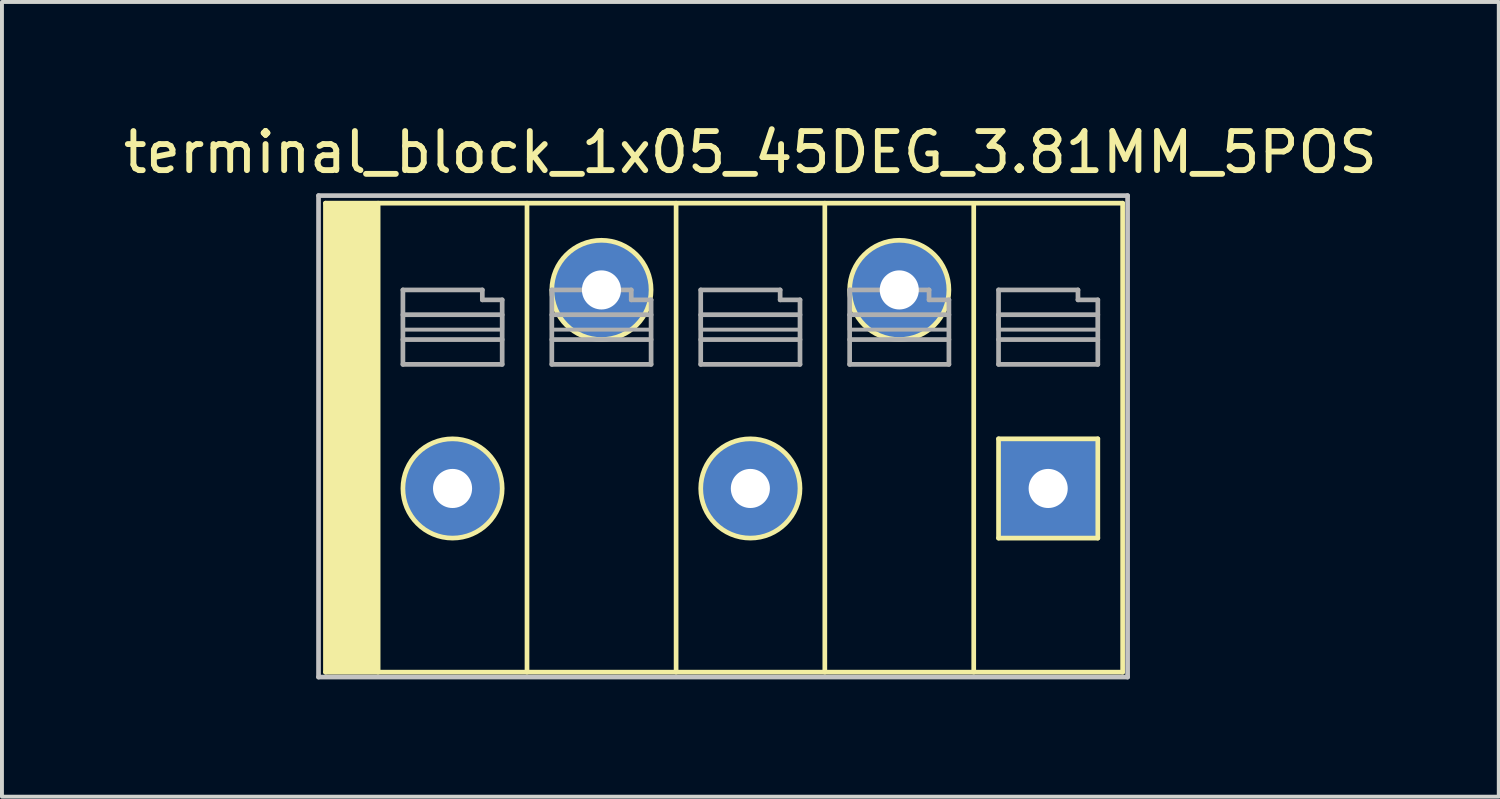
<source format=kicad_pcb>
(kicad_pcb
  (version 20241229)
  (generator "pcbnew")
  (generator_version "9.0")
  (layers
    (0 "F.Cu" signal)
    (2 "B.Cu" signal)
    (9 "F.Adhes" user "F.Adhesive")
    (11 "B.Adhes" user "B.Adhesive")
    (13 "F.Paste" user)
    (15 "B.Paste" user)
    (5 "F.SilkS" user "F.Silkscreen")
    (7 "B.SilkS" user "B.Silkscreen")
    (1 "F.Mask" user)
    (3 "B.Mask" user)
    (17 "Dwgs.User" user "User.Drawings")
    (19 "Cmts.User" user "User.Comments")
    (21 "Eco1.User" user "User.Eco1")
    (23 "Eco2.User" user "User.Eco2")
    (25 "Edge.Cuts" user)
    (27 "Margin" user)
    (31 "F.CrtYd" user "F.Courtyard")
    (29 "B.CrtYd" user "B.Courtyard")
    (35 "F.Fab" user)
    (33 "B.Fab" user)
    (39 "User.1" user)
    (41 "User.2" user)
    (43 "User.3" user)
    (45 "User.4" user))
  (footprint "terminal_block_1x05_45DEG_3.81MM_5POS"
    (layer "F.Cu")
    (at 16.149 9.448)
    (property "Reference" "terminal_block_1x05_45DEG_3.81MM_5POS" (at 0 -8.6 0) (layer "F.SilkS") (effects (font (size 1 1) (thickness 0.15))))
    (attr through_hole)
    (fp_line (start -10.87 -7.3) (end -10.87 4.7) (stroke (width 0.12) (type solid)) (layer "F.SilkS"))
    (fp_line (start -9.525 -7.3) (end -9.525 4.7) (stroke (width 0.12) (type solid)) (layer "F.SilkS"))
    (fp_line (start -5.715 -7.3) (end -5.715 4.7) (stroke (width 0.12) (type solid)) (layer "F.SilkS"))
    (fp_line (start -1.9 -7.3) (end -1.9 4.7) (stroke (width 0.12) (type solid)) (layer "F.SilkS"))
    (fp_line (start 1.905 -7.3) (end 1.905 4.7) (stroke (width 0.12) (type solid)) (layer "F.SilkS"))
    (fp_line (start 5.715 4.7) (end 5.715 -7.29) (stroke (width 0.12) (type solid)) (layer "F.SilkS"))
    (fp_line (start 6.35 -1.27) (end 8.89 -1.27) (stroke (width 0.12) (type solid)) (layer "F.SilkS"))
    (fp_line (start 6.35 1.27) (end 6.35 -1.27) (stroke (width 0.12) (type solid)) (layer "F.SilkS"))
    (fp_line (start 8.89 -1.27) (end 8.89 1.27) (stroke (width 0.12) (type solid)) (layer "F.SilkS"))
    (fp_line (start 8.89 1.27) (end 6.35 1.27) (stroke (width 0.12) (type solid)) (layer "F.SilkS"))
    (fp_line (start 9.525 -7.3) (end -10.87 -7.3) (stroke (width 0.12) (type solid)) (layer "F.SilkS"))
    (fp_line (start 9.525 -7.3) (end 9.525 4.7) (stroke (width 0.12) (type solid)) (layer "F.SilkS"))
    (fp_line (start 9.525 4.7) (end -10.87 4.7) (stroke (width 0.12) (type solid)) (layer "F.SilkS"))
    (fp_circle (center -7.62 0) (end -7.62 1.27) (stroke (width 0.12) (type solid)) (fill no) (layer "F.SilkS"))
    (fp_circle (center -3.81 -5.08) (end -3.81 -3.81) (stroke (width 0.12) (type solid)) (fill no) (layer "F.SilkS"))
    (fp_circle (center 0 0) (end 0 1.27) (stroke (width 0.12) (type solid)) (fill no) (layer "F.SilkS"))
    (fp_circle (center 3.81 -5.08) (end 3.81 -3.81) (stroke (width 0.12) (type solid)) (fill no) (layer "F.SilkS"))
    (fp_poly (pts (xy -9.525 4.7) (xy -10.87 4.7) (xy -10.87 -7.3) (xy -9.525 -7.3)) (stroke (width 0.1) (type solid)) (fill yes) (layer "F.SilkS"))
    (fp_line (start -11.049 -7.493) (end 9.652 -7.493) (stroke (width 0.12) (type solid)) (layer "Dwgs.User"))
    (fp_line (start -11.049 4.826) (end -11.049 -7.493) (stroke (width 0.12) (type solid)) (layer "Dwgs.User"))
    (fp_line (start 9.652 -7.493) (end 9.652 4.826) (stroke (width 0.12) (type solid)) (layer "Dwgs.User"))
    (fp_line (start 9.652 4.826) (end -11.049 4.826) (stroke (width 0.12) (type solid)) (layer "Dwgs.User"))
    (fp_line (start -8.89 -5.08) (end -6.858 -5.08) (stroke (width 0.12) (type solid)) (layer "F.Fab"))
    (fp_line (start -8.89 -4.445) (end -6.35 -4.445) (stroke (width 0.12) (type solid)) (layer "F.Fab"))
    (fp_line (start -8.89 -3.175) (end -8.89 -5.08) (stroke (width 0.12) (type solid)) (layer "F.Fab"))
    (fp_line (start -6.858 -5.08) (end -6.858 -4.826) (stroke (width 0.12) (type solid)) (layer "F.Fab"))
    (fp_line (start -6.858 -4.826) (end -6.35 -4.826) (stroke (width 0.12) (type solid)) (layer "F.Fab"))
    (fp_line (start -6.35 -4.826) (end -6.35 -3.175) (stroke (width 0.12) (type solid)) (layer "F.Fab"))
    (fp_line (start -6.35 -3.81) (end -8.89 -3.81) (stroke (width 0.12) (type solid)) (layer "F.Fab"))
    (fp_line (start -6.35 -3.175) (end -8.89 -3.175) (stroke (width 0.12) (type solid)) (layer "F.Fab"))
    (fp_line (start -5.08 -5.08) (end -3.048 -5.08) (stroke (width 0.12) (type solid)) (layer "F.Fab"))
    (fp_line (start -5.08 -4.445) (end -2.54 -4.445) (stroke (width 0.12) (type solid)) (layer "F.Fab"))
    (fp_line (start -5.08 -3.175) (end -5.08 -5.08) (stroke (width 0.12) (type solid)) (layer "F.Fab"))
    (fp_line (start -3.048 -5.08) (end -3.048 -4.826) (stroke (width 0.12) (type solid)) (layer "F.Fab"))
    (fp_line (start -3.048 -4.826) (end -2.54 -4.826) (stroke (width 0.12) (type solid)) (layer "F.Fab"))
    (fp_line (start -2.54 -4.826) (end -2.54 -3.175) (stroke (width 0.12) (type solid)) (layer "F.Fab"))
    (fp_line (start -2.54 -3.81) (end -5.08 -3.81) (stroke (width 0.12) (type solid)) (layer "F.Fab"))
    (fp_line (start -2.54 -3.175) (end -5.08 -3.175) (stroke (width 0.12) (type solid)) (layer "F.Fab"))
    (fp_line (start -1.27 -5.08) (end 0.762 -5.08) (stroke (width 0.12) (type solid)) (layer "F.Fab"))
    (fp_line (start -1.27 -4.445) (end 1.27 -4.445) (stroke (width 0.12) (type solid)) (layer "F.Fab"))
    (fp_line (start -1.27 -3.175) (end -1.27 -5.08) (stroke (width 0.12) (type solid)) (layer "F.Fab"))
    (fp_line (start 0.762 -5.08) (end 0.762 -4.826) (stroke (width 0.12) (type solid)) (layer "F.Fab"))
    (fp_line (start 0.762 -4.826) (end 1.27 -4.826) (stroke (width 0.12) (type solid)) (layer "F.Fab"))
    (fp_line (start 1.27 -4.826) (end 1.27 -3.175) (stroke (width 0.12) (type solid)) (layer "F.Fab"))
    (fp_line (start 1.27 -3.81) (end -1.27 -3.81) (stroke (width 0.12) (type solid)) (layer "F.Fab"))
    (fp_line (start 1.27 -3.175) (end -1.27 -3.175) (stroke (width 0.12) (type solid)) (layer "F.Fab"))
    (fp_line (start 2.54 -5.08) (end 4.572 -5.08) (stroke (width 0.12) (type solid)) (layer "F.Fab"))
    (fp_line (start 2.54 -4.445) (end 5.08 -4.445) (stroke (width 0.12) (type solid)) (layer "F.Fab"))
    (fp_line (start 2.54 -3.175) (end 2.54 -5.08) (stroke (width 0.12) (type solid)) (layer "F.Fab"))
    (fp_line (start 4.572 -5.08) (end 4.572 -4.826) (stroke (width 0.12) (type solid)) (layer "F.Fab"))
    (fp_line (start 4.572 -4.826) (end 5.08 -4.826) (stroke (width 0.12) (type solid)) (layer "F.Fab"))
    (fp_line (start 5.08 -4.826) (end 5.08 -3.175) (stroke (width 0.12) (type solid)) (layer "F.Fab"))
    (fp_line (start 5.08 -3.81) (end 2.54 -3.81) (stroke (width 0.12) (type solid)) (layer "F.Fab"))
    (fp_line (start 5.08 -3.175) (end 2.54 -3.175) (stroke (width 0.12) (type solid)) (layer "F.Fab"))
    (fp_line (start 6.35 -5.08) (end 8.382 -5.08) (stroke (width 0.12) (type solid)) (layer "F.Fab"))
    (fp_line (start 6.35 -4.445) (end 8.89 -4.445) (stroke (width 0.12) (type solid)) (layer "F.Fab"))
    (fp_line (start 6.35 -3.175) (end 6.35 -5.08) (stroke (width 0.12) (type solid)) (layer "F.Fab"))
    (fp_line (start 8.382 -5.08) (end 8.382 -4.826) (stroke (width 0.12) (type solid)) (layer "F.Fab"))
    (fp_line (start 8.382 -4.826) (end 8.89 -4.826) (stroke (width 0.12) (type solid)) (layer "F.Fab"))
    (fp_line (start 8.89 -4.826) (end 8.89 -3.175) (stroke (width 0.12) (type solid)) (layer "F.Fab"))
    (fp_line (start 8.89 -3.81) (end 6.35 -3.81) (stroke (width 0.12) (type solid)) (layer "F.Fab"))
    (fp_line (start 8.89 -3.175) (end 6.35 -3.175) (stroke (width 0.12) (type solid)) (layer "F.Fab"))
    (fp_poly (pts (xy -6.35 -4.064) (xy -8.89 -4.064) (xy -8.89 -4.445) (xy -6.35 -4.445)) (stroke (width 0.1) (type solid)) (fill no) (layer "F.Fab"))
    (fp_poly (pts (xy -2.54 -4.064) (xy -5.08 -4.064) (xy -5.08 -4.445) (xy -2.54 -4.445)) (stroke (width 0.1) (type solid)) (fill no) (layer "F.Fab"))
    (fp_poly (pts (xy 1.27 -4.064) (xy -1.27 -4.064) (xy -1.27 -4.445) (xy 1.27 -4.445)) (stroke (width 0.1) (type solid)) (fill no) (layer "F.Fab"))
    (fp_poly (pts (xy 5.08 -4.064) (xy 2.54 -4.064) (xy 2.54 -4.445) (xy 5.08 -4.445)) (stroke (width 0.1) (type solid)) (fill no) (layer "F.Fab"))
    (fp_poly (pts (xy 8.89 -4.064) (xy 6.35 -4.064) (xy 6.35 -4.445) (xy 8.89 -4.445)) (stroke (width 0.1) (type solid)) (fill no) (layer "F.Fab"))
    (pad "1" thru_hole rect (at 7.62 0 90) (size 2.54 2.54) (drill 1) (layers "*.Cu" "*.Mask"))
    (pad "2" thru_hole circle (at 3.81 -5.08) (size 2.54 2.54) (drill 1) (layers "*.Cu" "*.Mask"))
    (pad "3" thru_hole circle (at 0 0 90) (size 2.54 2.54) (drill 1) (layers "*.Cu" "*.Mask"))
    (pad "4" thru_hole circle (at -3.81 -5.08 90) (size 2.54 2.54) (drill 1) (layers "*.Cu" "*.Mask"))
    (pad "5" thru_hole circle (at -7.62 0 90) (size 2.54 2.54) (drill 1) (layers "*.Cu" "*.Mask")))
  (gr_rect
    (start -3 -3)
    (end 35.298 17.334)
    (stroke (width 0.1) (type default))
    (fill no)
    (layer "Edge.Cuts")))
</source>
